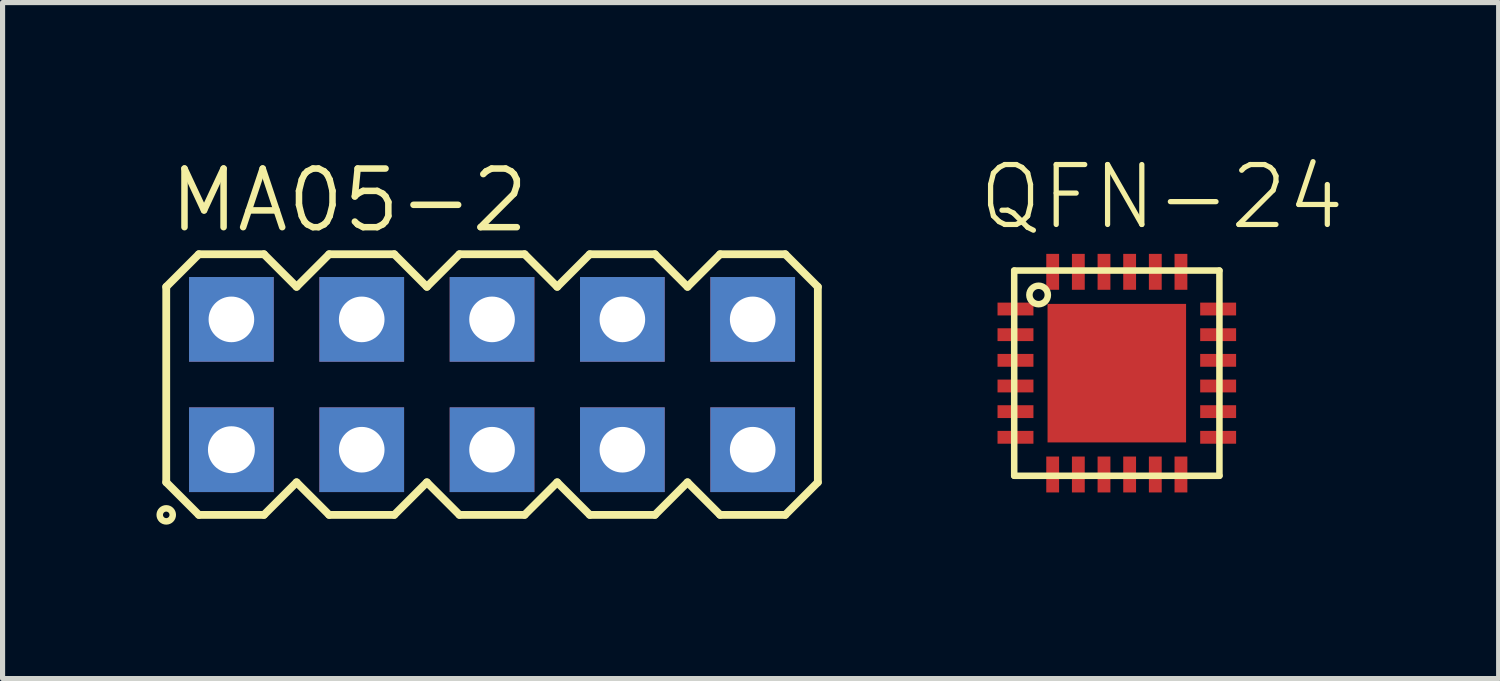
<source format=kicad_pcb>
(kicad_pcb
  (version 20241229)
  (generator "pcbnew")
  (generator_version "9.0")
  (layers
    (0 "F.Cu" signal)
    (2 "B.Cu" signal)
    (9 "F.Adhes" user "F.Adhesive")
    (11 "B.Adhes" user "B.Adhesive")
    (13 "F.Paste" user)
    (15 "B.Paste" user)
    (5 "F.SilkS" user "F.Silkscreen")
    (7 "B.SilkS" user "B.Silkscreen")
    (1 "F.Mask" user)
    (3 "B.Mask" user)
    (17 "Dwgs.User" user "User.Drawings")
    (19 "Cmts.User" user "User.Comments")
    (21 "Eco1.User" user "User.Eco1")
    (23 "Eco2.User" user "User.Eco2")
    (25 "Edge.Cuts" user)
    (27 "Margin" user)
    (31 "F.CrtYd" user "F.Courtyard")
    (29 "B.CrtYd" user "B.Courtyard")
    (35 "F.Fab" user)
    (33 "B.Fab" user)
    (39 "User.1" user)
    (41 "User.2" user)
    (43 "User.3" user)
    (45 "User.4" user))
  (footprint "MA05-2"
    (layer "F.Cu")
    (at 6.54 4.445)
    (property "Reference" "MA05-2" (at -6.35 -2.921 0) (layer "F.SilkS") (effects (font (size 1.143 1.143) (thickness 0.127)) (justify left bottom)))
    (fp_line (start -6.35 -1.905) (end -6.35 1.905) (stroke (width 0.152) (type solid)) (layer "F.SilkS"))
    (fp_line (start -6.35 1.905) (end -5.715 2.54) (stroke (width 0.152) (type solid)) (layer "F.SilkS"))
    (fp_line (start -5.715 -2.54) (end -6.35 -1.905) (stroke (width 0.152) (type solid)) (layer "F.SilkS"))
    (fp_line (start -5.715 -2.54) (end -4.445 -2.54) (stroke (width 0.152) (type solid)) (layer "F.SilkS"))
    (fp_line (start -4.445 -2.54) (end -3.81 -1.905) (stroke (width 0.152) (type solid)) (layer "F.SilkS"))
    (fp_line (start -4.445 2.54) (end -5.715 2.54) (stroke (width 0.152) (type solid)) (layer "F.SilkS"))
    (fp_line (start -3.81 -1.905) (end -3.175 -2.54) (stroke (width 0.152) (type solid)) (layer "F.SilkS"))
    (fp_line (start -3.81 1.905) (end -4.445 2.54) (stroke (width 0.152) (type solid)) (layer "F.SilkS"))
    (fp_line (start -3.175 -2.54) (end -1.905 -2.54) (stroke (width 0.152) (type solid)) (layer "F.SilkS"))
    (fp_line (start -3.175 2.54) (end -3.81 1.905) (stroke (width 0.152) (type solid)) (layer "F.SilkS"))
    (fp_line (start -1.905 -2.54) (end -1.27 -1.905) (stroke (width 0.152) (type solid)) (layer "F.SilkS"))
    (fp_line (start -1.905 2.54) (end -3.175 2.54) (stroke (width 0.152) (type solid)) (layer "F.SilkS"))
    (fp_line (start -1.27 -1.905) (end -0.635 -2.54) (stroke (width 0.152) (type solid)) (layer "F.SilkS"))
    (fp_line (start -1.27 1.905) (end -1.905 2.54) (stroke (width 0.152) (type solid)) (layer "F.SilkS"))
    (fp_line (start -0.635 -2.54) (end 0.635 -2.54) (stroke (width 0.152) (type solid)) (layer "F.SilkS"))
    (fp_line (start -0.635 2.54) (end -1.27 1.905) (stroke (width 0.152) (type solid)) (layer "F.SilkS"))
    (fp_line (start 0.635 -2.54) (end 1.27 -1.905) (stroke (width 0.152) (type solid)) (layer "F.SilkS"))
    (fp_line (start 0.635 2.54) (end -0.635 2.54) (stroke (width 0.152) (type solid)) (layer "F.SilkS"))
    (fp_line (start 1.27 1.905) (end 0.635 2.54) (stroke (width 0.152) (type solid)) (layer "F.SilkS"))
    (fp_line (start 1.27 1.905) (end 1.905 2.54) (stroke (width 0.152) (type solid)) (layer "F.SilkS"))
    (fp_line (start 1.905 -2.54) (end 1.27 -1.905) (stroke (width 0.152) (type solid)) (layer "F.SilkS"))
    (fp_line (start 1.905 -2.54) (end 3.175 -2.54) (stroke (width 0.152) (type solid)) (layer "F.SilkS"))
    (fp_line (start 3.175 -2.54) (end 3.81 -1.905) (stroke (width 0.152) (type solid)) (layer "F.SilkS"))
    (fp_line (start 3.175 2.54) (end 1.905 2.54) (stroke (width 0.152) (type solid)) (layer "F.SilkS"))
    (fp_line (start 3.81 -1.905) (end 4.445 -2.54) (stroke (width 0.152) (type solid)) (layer "F.SilkS"))
    (fp_line (start 3.81 1.905) (end 3.175 2.54) (stroke (width 0.152) (type solid)) (layer "F.SilkS"))
    (fp_line (start 4.445 -2.54) (end 5.715 -2.54) (stroke (width 0.152) (type solid)) (layer "F.SilkS"))
    (fp_line (start 4.445 2.54) (end 3.81 1.905) (stroke (width 0.152) (type solid)) (layer "F.SilkS"))
    (fp_line (start 5.715 -2.54) (end 6.35 -1.905) (stroke (width 0.152) (type solid)) (layer "F.SilkS"))
    (fp_line (start 5.715 2.54) (end 4.445 2.54) (stroke (width 0.152) (type solid)) (layer "F.SilkS"))
    (fp_line (start 6.35 -1.905) (end 6.35 1.905) (stroke (width 0.152) (type solid)) (layer "F.SilkS"))
    (fp_line (start 6.35 1.905) (end 5.715 2.54) (stroke (width 0.152) (type solid)) (layer "F.SilkS"))
    (fp_circle (center -6.35 2.54) (end -6.223 2.54) (stroke (width 0.127) (type solid)) (fill no) (layer "F.SilkS"))
    (fp_poly (pts (xy -5.334 -1.016) (xy -4.826 -1.016) (xy -4.826 -1.524) (xy -5.334 -1.524)) (stroke (width 0.1) (type solid)) (fill no) (layer "F.Fab"))
    (fp_poly (pts (xy -5.334 1.524) (xy -4.826 1.524) (xy -4.826 1.016) (xy -5.334 1.016)) (stroke (width 0.1) (type solid)) (fill no) (layer "F.Fab"))
    (fp_poly (pts (xy -2.794 -1.016) (xy -2.286 -1.016) (xy -2.286 -1.524) (xy -2.794 -1.524)) (stroke (width 0.1) (type solid)) (fill no) (layer "F.Fab"))
    (fp_poly (pts (xy -2.794 1.524) (xy -2.286 1.524) (xy -2.286 1.016) (xy -2.794 1.016)) (stroke (width 0.1) (type solid)) (fill no) (layer "F.Fab"))
    (fp_poly (pts (xy -0.254 -1.016) (xy 0.254 -1.016) (xy 0.254 -1.524) (xy -0.254 -1.524)) (stroke (width 0.1) (type solid)) (fill no) (layer "F.Fab"))
    (fp_poly (pts (xy -0.254 1.524) (xy 0.254 1.524) (xy 0.254 1.016) (xy -0.254 1.016)) (stroke (width 0.1) (type solid)) (fill no) (layer "F.Fab"))
    (fp_poly (pts (xy 2.286 -1.016) (xy 2.794 -1.016) (xy 2.794 -1.524) (xy 2.286 -1.524)) (stroke (width 0.1) (type solid)) (fill no) (layer "F.Fab"))
    (fp_poly (pts (xy 2.286 1.524) (xy 2.794 1.524) (xy 2.794 1.016) (xy 2.286 1.016)) (stroke (width 0.1) (type solid)) (fill no) (layer "F.Fab"))
    (fp_poly (pts (xy 4.826 -1.016) (xy 5.334 -1.016) (xy 5.334 -1.524) (xy 4.826 -1.524)) (stroke (width 0.1) (type solid)) (fill no) (layer "F.Fab"))
    (fp_poly (pts (xy 4.826 1.524) (xy 5.334 1.524) (xy 5.334 1.016) (xy 4.826 1.016)) (stroke (width 0.1) (type solid)) (fill no) (layer "F.Fab"))
    (pad "1" thru_hole rect (at -5.08 1.27) (size 1.651 1.651) (drill 0.914) (layers "*.Cu" "*.Mask"))
    (pad "2" thru_hole rect (at -5.08 -1.27) (size 1.651 1.651) (drill 0.889) (layers "*.Cu" "*.Mask"))
    (pad "3" thru_hole rect (at -2.54 1.27) (size 1.651 1.651) (drill 0.889) (layers "*.Cu" "*.Mask"))
    (pad "4" thru_hole rect (at -2.54 -1.27) (size 1.651 1.651) (drill 0.889) (layers "*.Cu" "*.Mask"))
    (pad "5" thru_hole rect (at 0 1.27) (size 1.651 1.651) (drill 0.889) (layers "*.Cu" "*.Mask"))
    (pad "6" thru_hole rect (at 0 -1.27) (size 1.651 1.651) (drill 0.889) (layers "*.Cu" "*.Mask"))
    (pad "7" thru_hole rect (at 2.54 1.27) (size 1.651 1.651) (drill 0.889) (layers "*.Cu" "*.Mask"))
    (pad "8" thru_hole rect (at 2.54 -1.27) (size 1.651 1.651) (drill 0.889) (layers "*.Cu" "*.Mask"))
    (pad "9" thru_hole rect (at 5.08 1.27) (size 1.651 1.651) (drill 0.889) (layers "*.Cu" "*.Mask"))
    (pad "10" thru_hole rect (at 5.08 -1.27) (size 1.651 1.651) (drill 0.889) (layers "*.Cu" "*.Mask")))
  (footprint "QFN-24"
    (layer "F.Cu")
    (at 18.717 4.223)
    (property "Reference" "QFN-24" (at -2.75 -2.75 0) (layer "F.SilkS") (effects (font (size 1.168 1.168) (thickness 0.102)) (justify left bottom)))
    (fp_line (start -2 -2) (end -2 2) (stroke (width 0.127) (type solid)) (layer "F.SilkS"))
    (fp_line (start -2 2) (end 2 2) (stroke (width 0.127) (type solid)) (layer "F.SilkS"))
    (fp_line (start 2 -2) (end -2 -2) (stroke (width 0.127) (type solid)) (layer "F.SilkS"))
    (fp_line (start 2 2) (end 2 -2) (stroke (width 0.127) (type solid)) (layer "F.SilkS"))
    (fp_circle (center -1.524 -1.524) (end -1.344 -1.524) (stroke (width 0.127) (type solid)) (fill no) (layer "F.SilkS"))
    (pad "P$1" smd rect (at -1.975 -1.25) (size 0.7 0.25) (layers "F.Cu" "F.Mask" "F.Paste"))
    (pad "P$2" smd rect (at -1.975 -0.75) (size 0.7 0.25) (layers "F.Cu" "F.Mask" "F.Paste"))
    (pad "P$3" smd rect (at -1.975 -0.25) (size 0.7 0.25) (layers "F.Cu" "F.Mask" "F.Paste"))
    (pad "P$4" smd rect (at -1.975 0.25) (size 0.7 0.25) (layers "F.Cu" "F.Mask" "F.Paste"))
    (pad "P$5" smd rect (at -1.975 0.75) (size 0.7 0.25) (layers "F.Cu" "F.Mask" "F.Paste"))
    (pad "P$6" smd rect (at -1.975 1.25) (size 0.7 0.25) (layers "F.Cu" "F.Mask" "F.Paste"))
    (pad "P$7" smd rect (at -1.25 1.975 90) (size 0.7 0.25) (layers "F.Cu" "F.Mask" "F.Paste"))
    (pad "P$8" smd rect (at -0.75 1.975 90) (size 0.7 0.25) (layers "F.Cu" "F.Mask" "F.Paste"))
    (pad "P$9" smd rect (at -0.25 1.975 90) (size 0.7 0.25) (layers "F.Cu" "F.Mask" "F.Paste"))
    (pad "P$10" smd rect (at 0.25 1.975 90) (size 0.7 0.25) (layers "F.Cu" "F.Mask" "F.Paste"))
    (pad "P$11" smd rect (at 0.75 1.975 90) (size 0.7 0.25) (layers "F.Cu" "F.Mask" "F.Paste"))
    (pad "P$12" smd rect (at 1.25 1.975 90) (size 0.7 0.25) (layers "F.Cu" "F.Mask" "F.Paste"))
    (pad "P$13" smd rect (at 1.975 1.25 180) (size 0.7 0.25) (layers "F.Cu" "F.Mask" "F.Paste"))
    (pad "P$14" smd rect (at 1.975 0.75 180) (size 0.7 0.25) (layers "F.Cu" "F.Mask" "F.Paste"))
    (pad "P$15" smd rect (at 1.975 0.25 180) (size 0.7 0.25) (layers "F.Cu" "F.Mask" "F.Paste"))
    (pad "P$16" smd rect (at 1.975 -0.25 180) (size 0.7 0.25) (layers "F.Cu" "F.Mask" "F.Paste"))
    (pad "P$17" smd rect (at 1.975 -0.75 180) (size 0.7 0.25) (layers "F.Cu" "F.Mask" "F.Paste"))
    (pad "P$18" smd rect (at 1.975 -1.25 180) (size 0.7 0.25) (layers "F.Cu" "F.Mask" "F.Paste"))
    (pad "P$19" smd rect (at 1.25 -1.975 270) (size 0.7 0.25) (layers "F.Cu" "F.Mask" "F.Paste"))
    (pad "P$20" smd rect (at 0.75 -1.975 270) (size 0.7 0.25) (layers "F.Cu" "F.Mask" "F.Paste"))
    (pad "P$21" smd rect (at 0.25 -1.975 270) (size 0.7 0.25) (layers "F.Cu" "F.Mask" "F.Paste"))
    (pad "P$22" smd rect (at -0.25 -1.975 270) (size 0.7 0.25) (layers "F.Cu" "F.Mask" "F.Paste"))
    (pad "P$23" smd rect (at -0.75 -1.975 270) (size 0.7 0.25) (layers "F.Cu" "F.Mask" "F.Paste"))
    (pad "P$24" smd rect (at -1.25 -1.975 270) (size 0.7 0.25) (layers "F.Cu" "F.Mask" "F.Paste"))
    (pad "P$25" smd rect (at 0 0) (size 2.7 2.7) (layers "F.Cu" "F.Mask" "F.Paste")))
  (gr_rect
    (start -3 -3)
    (end 26.159 10.175)
    (stroke (width 0.1) (type default))
    (fill no)
    (layer "Edge.Cuts")))
</source>
